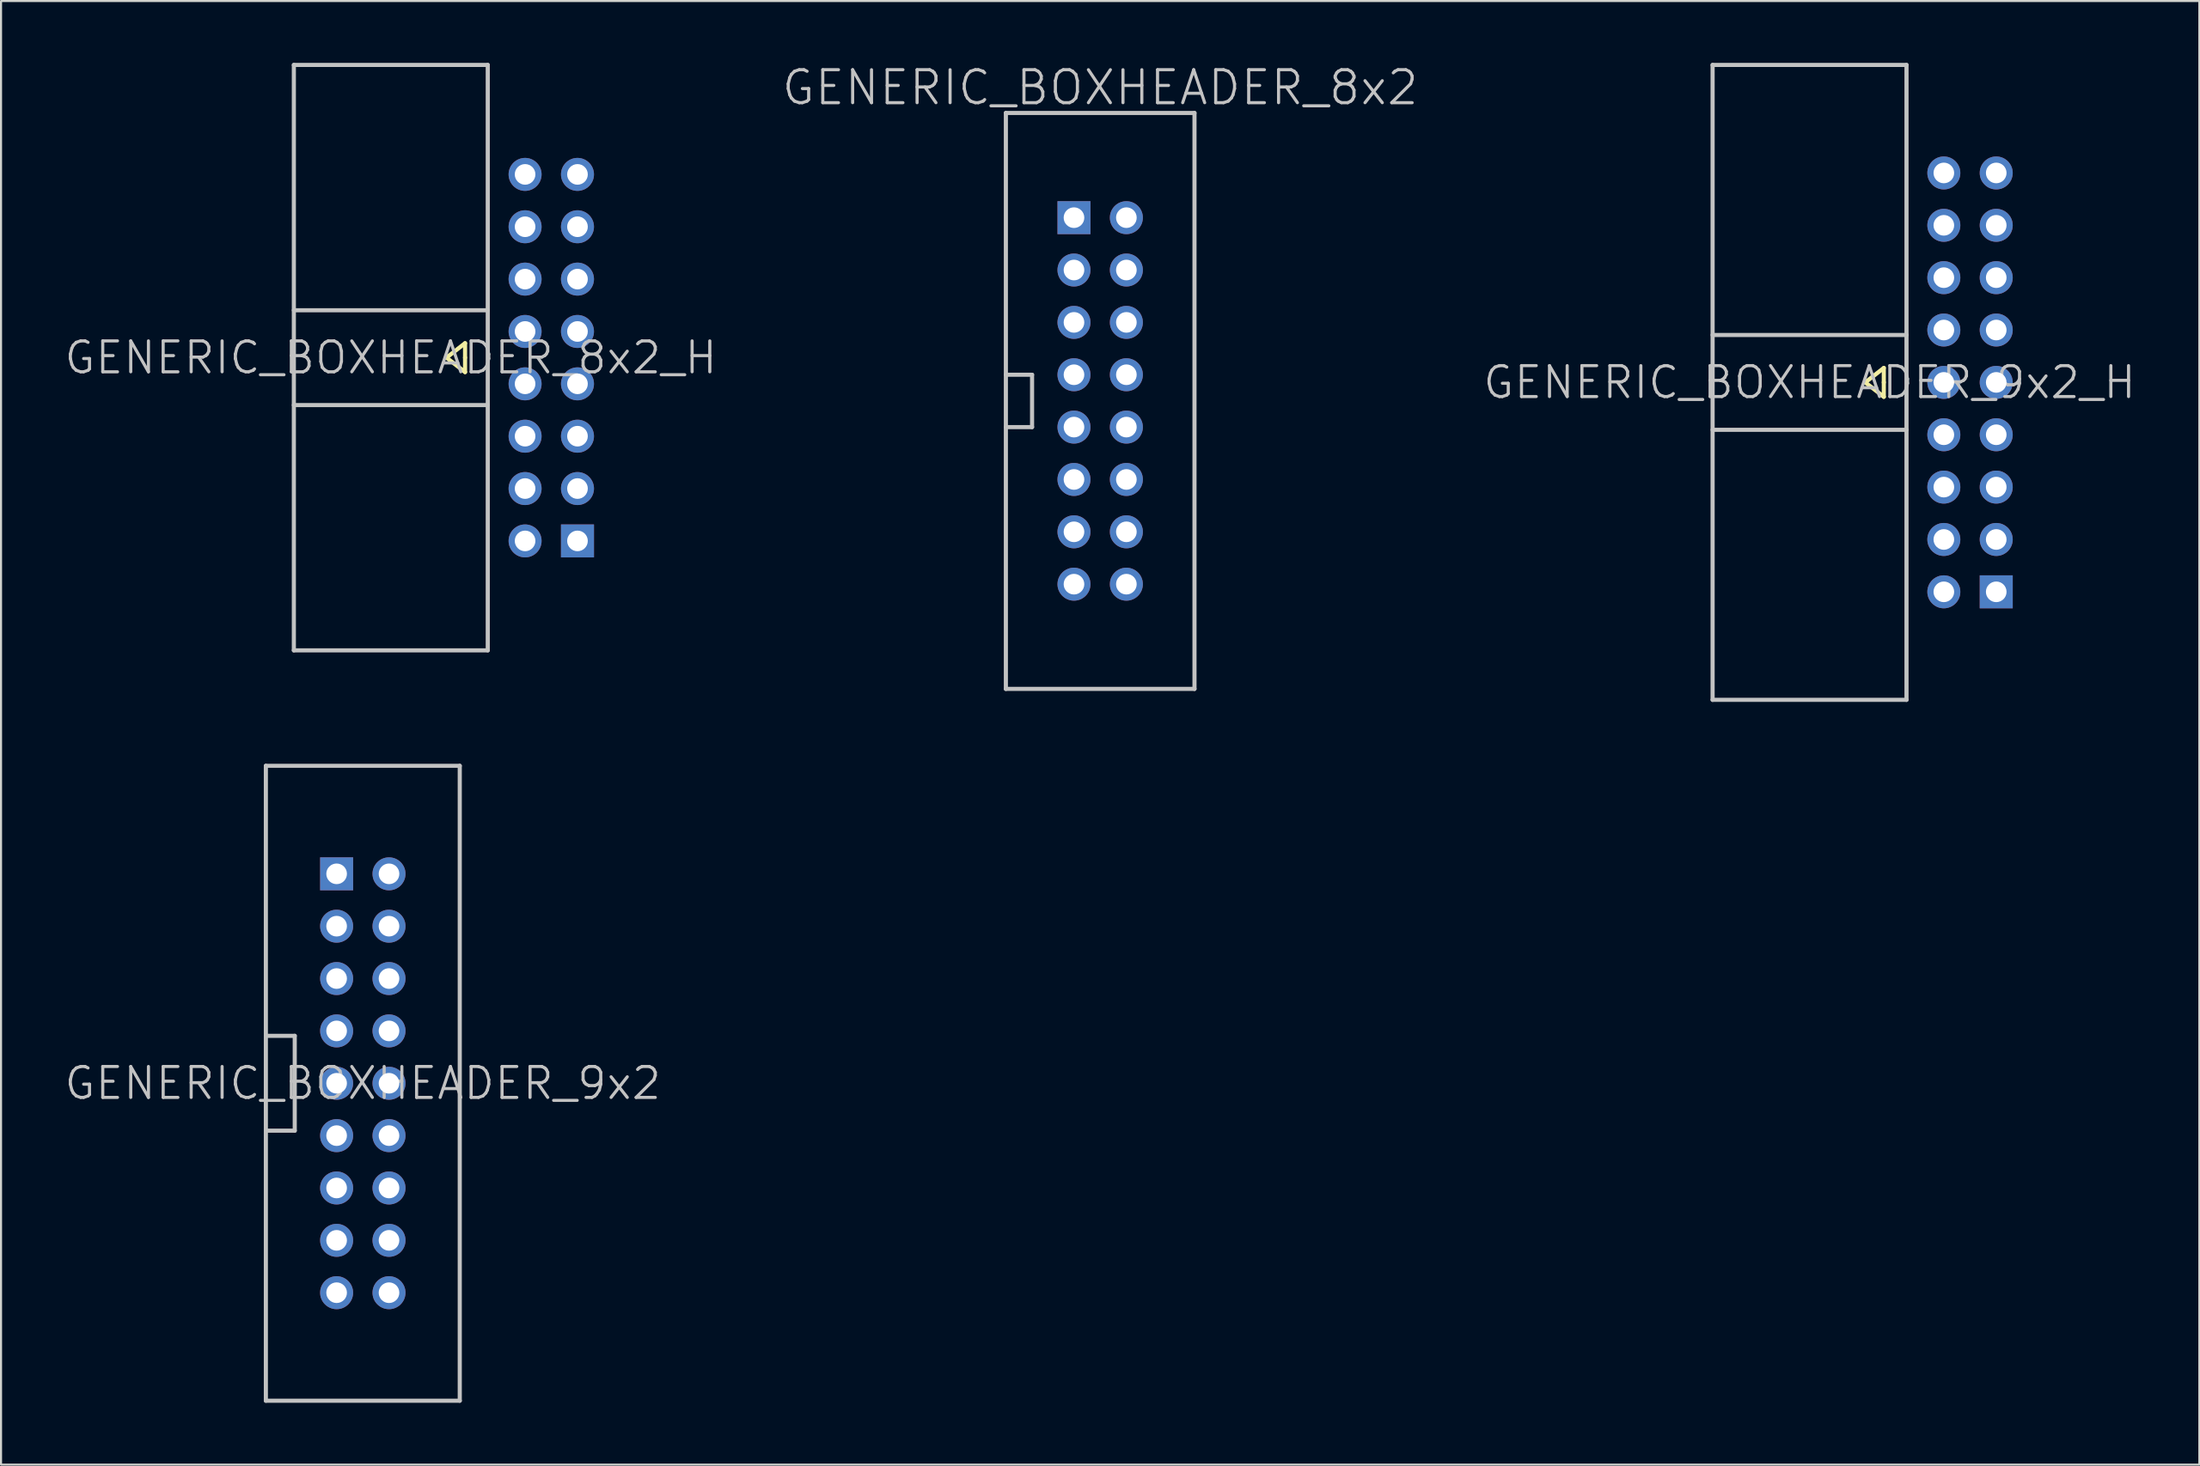
<source format=kicad_pcb>
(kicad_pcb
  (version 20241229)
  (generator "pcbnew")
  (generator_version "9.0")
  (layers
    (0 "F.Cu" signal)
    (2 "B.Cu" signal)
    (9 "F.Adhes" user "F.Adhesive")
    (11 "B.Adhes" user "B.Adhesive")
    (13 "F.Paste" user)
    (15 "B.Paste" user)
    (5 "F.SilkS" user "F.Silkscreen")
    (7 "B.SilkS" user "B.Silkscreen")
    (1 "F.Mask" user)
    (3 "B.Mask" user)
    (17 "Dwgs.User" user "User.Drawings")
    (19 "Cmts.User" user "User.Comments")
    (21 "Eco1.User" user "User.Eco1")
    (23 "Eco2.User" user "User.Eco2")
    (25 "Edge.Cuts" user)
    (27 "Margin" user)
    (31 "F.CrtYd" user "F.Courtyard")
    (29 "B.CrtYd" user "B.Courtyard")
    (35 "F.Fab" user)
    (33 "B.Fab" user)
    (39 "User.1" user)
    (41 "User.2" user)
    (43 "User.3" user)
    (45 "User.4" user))
  (footprint "GENERIC_BOXHEADER_9x2"
    (layer "F.Cu")
    (at 14.539 49.5)
    (property "Reference" "GENERIC_BOXHEADER_9x2" (at 0 0 180) (layer "Dwgs.User") (effects (font (size 1.5 1.5) (thickness 0.15))))
    (attr through_hole)
    (fp_line (start -4.7 -15.4) (end -4.7 15.4) (stroke (width 0.2) (type solid)) (layer "Dwgs.User"))
    (fp_line (start -4.7 2.3) (end -3.3 2.3) (stroke (width 0.2) (type solid)) (layer "Dwgs.User"))
    (fp_line (start -3.3 -2.3) (end -4.7 -2.3) (stroke (width 0.2) (type solid)) (layer "Dwgs.User"))
    (fp_line (start -3.3 2.3) (end -3.3 -2.3) (stroke (width 0.2) (type solid)) (layer "Dwgs.User"))
    (fp_line (start 4.7 -15.4) (end -4.7 -15.4) (stroke (width 0.2) (type solid)) (layer "Dwgs.User"))
    (fp_line (start 4.7 15.4) (end -4.7 15.4) (stroke (width 0.2) (type solid)) (layer "Dwgs.User"))
    (fp_line (start 4.7 15.4) (end 4.7 -15.4) (stroke (width 0.2) (type solid)) (layer "Dwgs.User"))
    (pad "1" thru_hole rect (at -1.27 -10.16) (size 1.6 1.6) (drill 1) (layers "*.Cu" "*.Mask"))
    (pad "2" thru_hole circle (at 1.27 -10.16 270) (size 1.6 1.6) (drill 1) (layers "*.Cu" "*.Mask"))
    (pad "3" thru_hole circle (at -1.27 -7.62 270) (size 1.6 1.6) (drill 1) (layers "*.Cu" "*.Mask"))
    (pad "4" thru_hole circle (at 1.27 -7.62 270) (size 1.6 1.6) (drill 1) (layers "*.Cu" "*.Mask"))
    (pad "5" thru_hole circle (at -1.27 -5.08 270) (size 1.6 1.6) (drill 1) (layers "*.Cu" "*.Mask"))
    (pad "6" thru_hole circle (at 1.27 -5.08 270) (size 1.6 1.6) (drill 1) (layers "*.Cu" "*.Mask"))
    (pad "7" thru_hole circle (at -1.27 -2.54 270) (size 1.6 1.6) (drill 1) (layers "*.Cu" "*.Mask"))
    (pad "8" thru_hole circle (at 1.27 -2.54 270) (size 1.6 1.6) (drill 1) (layers "*.Cu" "*.Mask"))
    (pad "9" thru_hole circle (at -1.27 0 270) (size 1.6 1.6) (drill 1) (layers "*.Cu" "*.Mask"))
    (pad "10" thru_hole circle (at 1.27 0 270) (size 1.6 1.6) (drill 1) (layers "*.Cu" "*.Mask"))
    (pad "11" thru_hole circle (at -1.27 2.54 270) (size 1.6 1.6) (drill 1) (layers "*.Cu" "*.Mask"))
    (pad "12" thru_hole circle (at 1.27 2.54 270) (size 1.6 1.6) (drill 1) (layers "*.Cu" "*.Mask"))
    (pad "13" thru_hole circle (at -1.27 5.08 270) (size 1.6 1.6) (drill 1) (layers "*.Cu" "*.Mask"))
    (pad "14" thru_hole circle (at 1.27 5.08 270) (size 1.6 1.6) (drill 1) (layers "*.Cu" "*.Mask"))
    (pad "15" thru_hole circle (at -1.27 7.62 270) (size 1.6 1.6) (drill 1) (layers "*.Cu" "*.Mask"))
    (pad "16" thru_hole circle (at 1.27 7.62 270) (size 1.6 1.6) (drill 1) (layers "*.Cu" "*.Mask"))
    (pad "17" thru_hole circle (at -1.27 10.16 270) (size 1.6 1.6) (drill 1) (layers "*.Cu" "*.Mask"))
    (pad "18" thru_hole circle (at 1.27 10.16 270) (size 1.6 1.6) (drill 1) (layers "*.Cu" "*.Mask")))
  (footprint "GENERIC_BOXHEADER_9x2_H"
    (layer "F.Cu")
    (at 87.376 15.5)
    (property "Reference" "GENERIC_BOXHEADER_9x2_H" (at -2.7 0 0) (layer "Dwgs.User") (effects (font (size 1.5 1.5) (thickness 0.15))))
    (attr through_hole)
    (fp_line (start 0 0) (end 0.9 0.7) (stroke (width 0.2) (type solid)) (layer "F.SilkS"))
    (fp_line (start 0.9 -0.7) (end 0 0) (stroke (width 0.2) (type solid)) (layer "F.SilkS"))
    (fp_line (start 0.9 0) (end 0.9 -0.7) (stroke (width 0.2) (type solid)) (layer "F.SilkS"))
    (fp_line (start 0.9 0.7) (end 0.9 0) (stroke (width 0.2) (type solid)) (layer "F.SilkS"))
    (fp_line (start -7.4 -15.4) (end -7.4 15.4) (stroke (width 0.2) (type solid)) (layer "Dwgs.User"))
    (fp_line (start -7.4 -15.4) (end 2 -15.4) (stroke (width 0.2) (type solid)) (layer "Dwgs.User"))
    (fp_line (start -7.4 -2.3) (end 2 -2.3) (stroke (width 0.2) (type solid)) (layer "Dwgs.User"))
    (fp_line (start -7.4 2.3) (end 2 2.3) (stroke (width 0.2) (type solid)) (layer "Dwgs.User"))
    (fp_line (start -7.4 15.4) (end 2 15.4) (stroke (width 0.2) (type solid)) (layer "Dwgs.User"))
    (fp_line (start 2 15.4) (end 2 -15.4) (stroke (width 0.2) (type solid)) (layer "Dwgs.User"))
    (pad "1" thru_hole rect (at 6.35 10.16) (size 1.6 1.6) (drill 1) (layers "*.Cu" "*.Mask"))
    (pad "2" thru_hole circle (at 3.81 10.16 90) (size 1.6 1.6) (drill 1) (layers "*.Cu" "*.Mask"))
    (pad "3" thru_hole circle (at 6.35 7.62 90) (size 1.6 1.6) (drill 1) (layers "*.Cu" "*.Mask"))
    (pad "4" thru_hole circle (at 3.81 7.62 90) (size 1.6 1.6) (drill 1) (layers "*.Cu" "*.Mask"))
    (pad "5" thru_hole circle (at 6.35 5.08 90) (size 1.6 1.6) (drill 1) (layers "*.Cu" "*.Mask"))
    (pad "6" thru_hole circle (at 3.81 5.08 90) (size 1.6 1.6) (drill 1) (layers "*.Cu" "*.Mask"))
    (pad "7" thru_hole circle (at 6.35 2.54 90) (size 1.6 1.6) (drill 1) (layers "*.Cu" "*.Mask"))
    (pad "8" thru_hole circle (at 3.81 2.54 90) (size 1.6 1.6) (drill 1) (layers "*.Cu" "*.Mask"))
    (pad "9" thru_hole circle (at 6.35 0 90) (size 1.6 1.6) (drill 1) (layers "*.Cu" "*.Mask"))
    (pad "10" thru_hole circle (at 3.81 0 90) (size 1.6 1.6) (drill 1) (layers "*.Cu" "*.Mask"))
    (pad "11" thru_hole circle (at 6.35 -2.54 90) (size 1.6 1.6) (drill 1) (layers "*.Cu" "*.Mask"))
    (pad "12" thru_hole circle (at 3.81 -2.54 90) (size 1.6 1.6) (drill 1) (layers "*.Cu" "*.Mask"))
    (pad "13" thru_hole circle (at 6.35 -5.08 90) (size 1.6 1.6) (drill 1) (layers "*.Cu" "*.Mask"))
    (pad "14" thru_hole circle (at 3.81 -5.08 90) (size 1.6 1.6) (drill 1) (layers "*.Cu" "*.Mask"))
    (pad "15" thru_hole circle (at 6.35 -7.62 90) (size 1.6 1.6) (drill 1) (layers "*.Cu" "*.Mask"))
    (pad "16" thru_hole circle (at 3.81 -7.62 90) (size 1.6 1.6) (drill 1) (layers "*.Cu" "*.Mask"))
    (pad "17" thru_hole circle (at 6.35 -10.16 90) (size 1.6 1.6) (drill 1) (layers "*.Cu" "*.Mask"))
    (pad "18" thru_hole circle (at 3.81 -10.16 90) (size 1.6 1.6) (drill 1) (layers "*.Cu" "*.Mask")))
  (footprint "GENERIC_BOXHEADER_8x2"
    (layer "F.Cu")
    (at 50.286 16.399)
    (property "Reference" "GENERIC_BOXHEADER_8x2" (at 0 -15.2 180) (layer "Dwgs.User") (effects (font (size 1.6 1.6) (thickness 0.15))))
    (attr through_hole)
    (fp_line (start -4.572 1.27) (end -3.302 1.27) (stroke (width 0.2) (type solid)) (layer "Dwgs.User"))
    (fp_line (start -4.572 13.97) (end -4.572 -13.97) (stroke (width 0.2) (type solid)) (layer "Dwgs.User"))
    (fp_line (start -3.302 -1.27) (end -4.572 -1.27) (stroke (width 0.2) (type solid)) (layer "Dwgs.User"))
    (fp_line (start -3.302 1.27) (end -3.302 -1.27) (stroke (width 0.2) (type solid)) (layer "Dwgs.User"))
    (fp_line (start 4.572 -13.97) (end -4.572 -13.97) (stroke (width 0.2) (type solid)) (layer "Dwgs.User"))
    (fp_line (start 4.572 -13.97) (end 4.572 13.97) (stroke (width 0.2) (type solid)) (layer "Dwgs.User"))
    (fp_line (start 4.572 13.97) (end -4.572 13.97) (stroke (width 0.2) (type solid)) (layer "Dwgs.User"))
    (pad "A1" thru_hole rect (at -1.27 -8.89) (size 1.6 1.6) (drill 1) (layers "*.Cu" "*.Mask"))
    (pad "A2" thru_hole circle (at -1.27 -6.35 270) (size 1.6 1.6) (drill 1) (layers "*.Cu" "*.Mask"))
    (pad "A3" thru_hole circle (at -1.27 -3.81 270) (size 1.6 1.6) (drill 1) (layers "*.Cu" "*.Mask"))
    (pad "A4" thru_hole circle (at -1.27 -1.27 270) (size 1.6 1.6) (drill 1) (layers "*.Cu" "*.Mask"))
    (pad "A5" thru_hole circle (at -1.27 1.27 270) (size 1.6 1.6) (drill 1) (layers "*.Cu" "*.Mask"))
    (pad "A6" thru_hole circle (at -1.27 3.81 270) (size 1.6 1.6) (drill 1) (layers "*.Cu" "*.Mask"))
    (pad "A7" thru_hole circle (at -1.27 6.35 270) (size 1.6 1.6) (drill 1) (layers "*.Cu" "*.Mask"))
    (pad "A8" thru_hole circle (at -1.27 8.89 270) (size 1.6 1.6) (drill 1) (layers "*.Cu" "*.Mask"))
    (pad "B1" thru_hole circle (at 1.27 -8.89 270) (size 1.6 1.6) (drill 1) (layers "*.Cu" "*.Mask"))
    (pad "B2" thru_hole circle (at 1.27 -6.35 270) (size 1.6 1.6) (drill 1) (layers "*.Cu" "*.Mask"))
    (pad "B3" thru_hole circle (at 1.27 -3.81 270) (size 1.6 1.6) (drill 1) (layers "*.Cu" "*.Mask"))
    (pad "B4" thru_hole circle (at 1.27 -1.27 270) (size 1.6 1.6) (drill 1) (layers "*.Cu" "*.Mask"))
    (pad "B5" thru_hole circle (at 1.27 1.27 270) (size 1.6 1.6) (drill 1) (layers "*.Cu" "*.Mask"))
    (pad "B6" thru_hole circle (at 1.27 3.81 270) (size 1.6 1.6) (drill 1) (layers "*.Cu" "*.Mask"))
    (pad "B7" thru_hole circle (at 1.27 6.35 270) (size 1.6 1.6) (drill 1) (layers "*.Cu" "*.Mask"))
    (pad "B8" thru_hole circle (at 1.27 8.89 270) (size 1.6 1.6) (drill 1) (layers "*.Cu" "*.Mask")))
  (footprint "GENERIC_BOXHEADER_8x2_H"
    (layer "F.Cu")
    (at 18.596 14.3)
    (property "Reference" "GENERIC_BOXHEADER_8x2_H" (at -2.7 0 0) (layer "Dwgs.User") (effects (font (size 1.5 1.5) (thickness 0.15))))
    (attr through_hole)
    (fp_line (start 0 0) (end 0.9 0.7) (stroke (width 0.2) (type solid)) (layer "F.SilkS"))
    (fp_line (start 0.9 -0.7) (end 0 0) (stroke (width 0.2) (type solid)) (layer "F.SilkS"))
    (fp_line (start 0.9 0) (end 0.9 -0.7) (stroke (width 0.2) (type solid)) (layer "F.SilkS"))
    (fp_line (start 0.9 0.7) (end 0.9 0) (stroke (width 0.2) (type solid)) (layer "F.SilkS"))
    (fp_line (start -7.4 -14.2) (end -7.4 14.2) (stroke (width 0.2) (type solid)) (layer "Dwgs.User"))
    (fp_line (start -7.4 -14.2) (end 2 -14.2) (stroke (width 0.2) (type solid)) (layer "Dwgs.User"))
    (fp_line (start -7.4 -2.3) (end 2 -2.3) (stroke (width 0.2) (type solid)) (layer "Dwgs.User"))
    (fp_line (start -7.4 2.3) (end 2 2.3) (stroke (width 0.2) (type solid)) (layer "Dwgs.User"))
    (fp_line (start -7.4 14.2) (end 2 14.2) (stroke (width 0.2) (type solid)) (layer "Dwgs.User"))
    (fp_line (start 2 14.2) (end 2 -14.2) (stroke (width 0.2) (type solid)) (layer "Dwgs.User"))
    (pad "1" thru_hole rect (at 6.35 8.89) (size 1.6 1.6) (drill 1) (layers "*.Cu" "*.Mask"))
    (pad "2" thru_hole circle (at 3.81 8.89 90) (size 1.6 1.6) (drill 1) (layers "*.Cu" "*.Mask"))
    (pad "3" thru_hole circle (at 6.35 6.35 90) (size 1.6 1.6) (drill 1) (layers "*.Cu" "*.Mask"))
    (pad "4" thru_hole circle (at 3.81 6.35 90) (size 1.6 1.6) (drill 1) (layers "*.Cu" "*.Mask"))
    (pad "5" thru_hole circle (at 6.35 3.81 90) (size 1.6 1.6) (drill 1) (layers "*.Cu" "*.Mask"))
    (pad "6" thru_hole circle (at 3.81 3.81 90) (size 1.6 1.6) (drill 1) (layers "*.Cu" "*.Mask"))
    (pad "7" thru_hole circle (at 6.35 1.27 90) (size 1.6 1.6) (drill 1) (layers "*.Cu" "*.Mask"))
    (pad "8" thru_hole circle (at 3.81 1.27 90) (size 1.6 1.6) (drill 1) (layers "*.Cu" "*.Mask"))
    (pad "9" thru_hole circle (at 6.35 -1.27 90) (size 1.6 1.6) (drill 1) (layers "*.Cu" "*.Mask"))
    (pad "10" thru_hole circle (at 3.81 -1.27 90) (size 1.6 1.6) (drill 1) (layers "*.Cu" "*.Mask"))
    (pad "11" thru_hole circle (at 6.35 -3.81 90) (size 1.6 1.6) (drill 1) (layers "*.Cu" "*.Mask"))
    (pad "12" thru_hole circle (at 3.81 -3.81 90) (size 1.6 1.6) (drill 1) (layers "*.Cu" "*.Mask"))
    (pad "13" thru_hole circle (at 6.35 -6.35 90) (size 1.6 1.6) (drill 1) (layers "*.Cu" "*.Mask"))
    (pad "14" thru_hole circle (at 3.81 -6.35 90) (size 1.6 1.6) (drill 1) (layers "*.Cu" "*.Mask"))
    (pad "15" thru_hole circle (at 6.35 -8.89 90) (size 1.6 1.6) (drill 1) (layers "*.Cu" "*.Mask"))
    (pad "16" thru_hole circle (at 3.81 -8.89 90) (size 1.6 1.6) (drill 1) (layers "*.Cu" "*.Mask")))
  (gr_rect
    (start -3 -3)
    (end 103.573 68)
    (stroke (width 0.1) (type default))
    (fill no)
    (layer "Edge.Cuts")))
</source>
